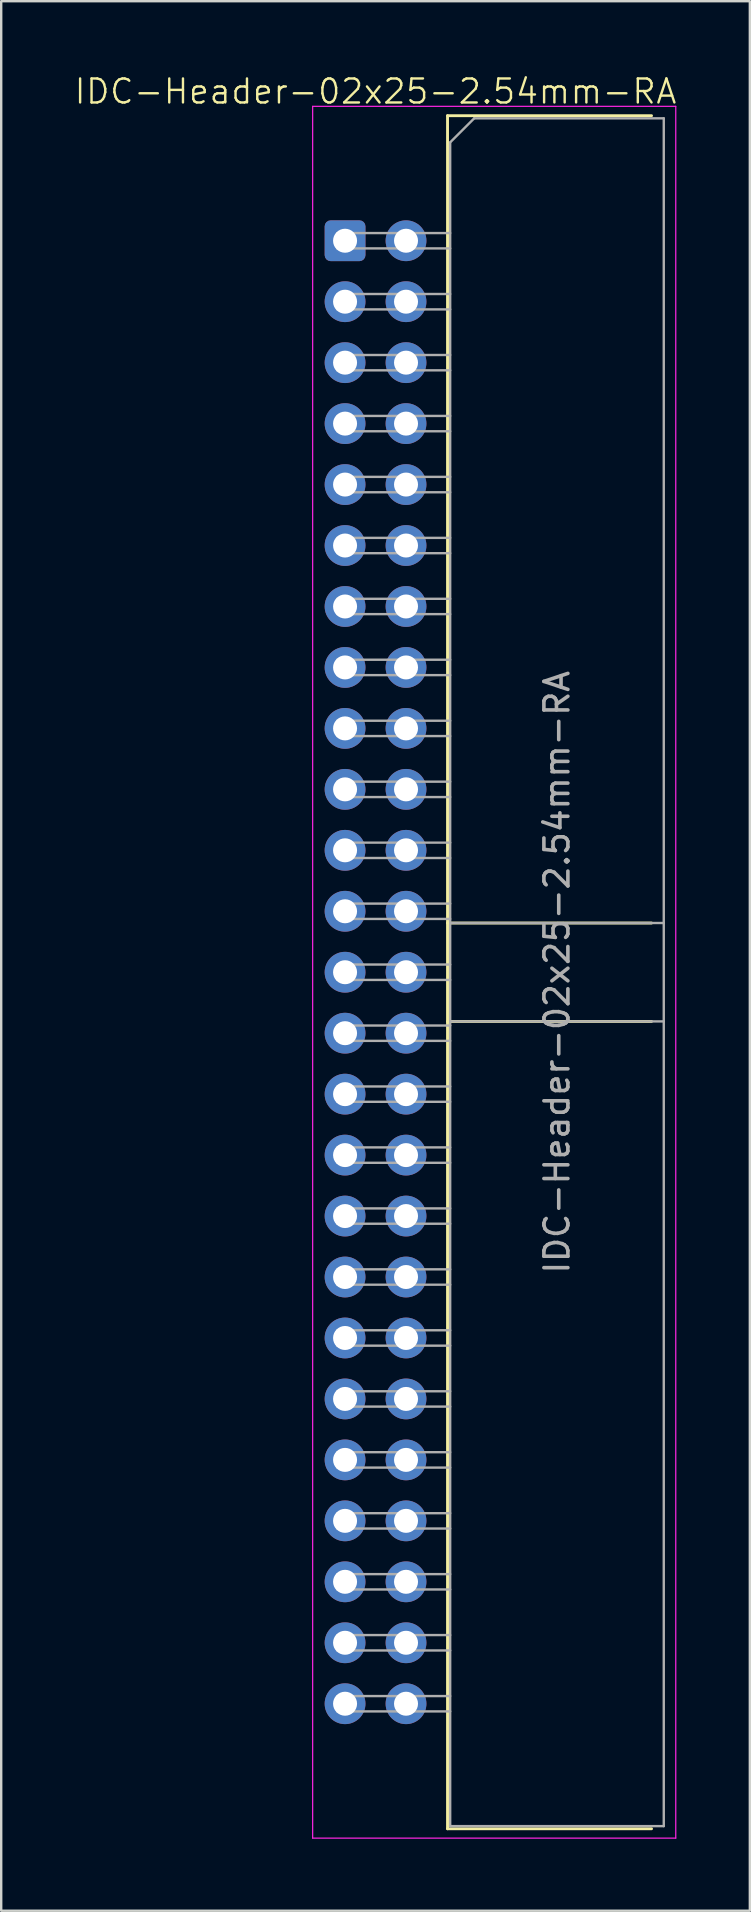
<source format=kicad_pcb>
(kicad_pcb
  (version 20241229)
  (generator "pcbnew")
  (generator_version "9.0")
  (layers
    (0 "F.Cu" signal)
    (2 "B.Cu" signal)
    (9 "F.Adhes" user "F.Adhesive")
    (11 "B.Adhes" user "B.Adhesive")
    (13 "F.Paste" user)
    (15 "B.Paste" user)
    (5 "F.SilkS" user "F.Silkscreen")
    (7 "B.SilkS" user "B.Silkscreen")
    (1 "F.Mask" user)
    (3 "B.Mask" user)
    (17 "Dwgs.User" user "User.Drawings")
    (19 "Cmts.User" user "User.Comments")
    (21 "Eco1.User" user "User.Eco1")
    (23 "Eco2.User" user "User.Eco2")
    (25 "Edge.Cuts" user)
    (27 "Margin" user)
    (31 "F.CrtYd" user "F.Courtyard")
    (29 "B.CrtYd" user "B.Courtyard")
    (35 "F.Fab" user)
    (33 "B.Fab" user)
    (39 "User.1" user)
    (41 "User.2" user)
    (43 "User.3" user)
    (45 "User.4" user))
  (footprint "IDC-Header-02x25-2.54mm-RA"
    (layer "F.Cu")
    (at 12.598 37.461)
    (property "Reference" "IDC-Header-02x25-2.54mm-RA" (at 0 -36.7 0) (unlocked yes) (layer "F.SilkS") (effects (font (size 1 1) (thickness 0.1))))
    (attr through_hole)
    (fp_line (start 3 -35.69) (end 11.5 -35.69) (stroke (width 0.12) (type solid)) (layer "F.SilkS"))
    (fp_line (start 3 -2.05) (end 11.5 -2.05) (stroke (width 0.12) (type solid)) (layer "F.SilkS"))
    (fp_line (start 3 2.05) (end 11.5 2.05) (stroke (width 0.12) (type solid)) (layer "F.SilkS"))
    (fp_line (start 3 35.69) (end 3 -35.69) (stroke (width 0.12) (type solid)) (layer "F.SilkS"))
    (fp_line (start 11.5 35.69) (end 3 35.69) (stroke (width 0.12) (type solid)) (layer "F.SilkS"))
    (fp_line (start -2.62 -36.08) (end -2.62 36.08) (stroke (width 0.05) (type solid)) (layer "F.CrtYd"))
    (fp_line (start -2.62 36.08) (end 12.51 36.08) (stroke (width 0.05) (type solid)) (layer "F.CrtYd"))
    (fp_line (start 12.51 -36.08) (end -2.62 -36.08) (stroke (width 0.05) (type solid)) (layer "F.CrtYd"))
    (fp_line (start 12.51 36.08) (end 12.51 -36.08) (stroke (width 0.05) (type solid)) (layer "F.CrtYd"))
    (fp_line (start -1.59 -30.8) (end -1.59 -30.16) (stroke (width 0.1) (type solid)) (layer "F.Fab"))
    (fp_line (start -1.59 -30.16) (end 3.11 -30.16) (stroke (width 0.1) (type solid)) (layer "F.Fab"))
    (fp_line (start -1.59 -28.26) (end -1.59 -27.62) (stroke (width 0.1) (type solid)) (layer "F.Fab"))
    (fp_line (start -1.59 -27.62) (end 3.11 -27.62) (stroke (width 0.1) (type solid)) (layer "F.Fab"))
    (fp_line (start -1.59 -25.72) (end -1.59 -25.08) (stroke (width 0.1) (type solid)) (layer "F.Fab"))
    (fp_line (start -1.59 -25.08) (end 3.11 -25.08) (stroke (width 0.1) (type solid)) (layer "F.Fab"))
    (fp_line (start -1.59 -23.18) (end -1.59 -22.54) (stroke (width 0.1) (type solid)) (layer "F.Fab"))
    (fp_line (start -1.59 -22.54) (end 3.11 -22.54) (stroke (width 0.1) (type solid)) (layer "F.Fab"))
    (fp_line (start -1.59 -20.64) (end -1.59 -20) (stroke (width 0.1) (type solid)) (layer "F.Fab"))
    (fp_line (start -1.59 -20) (end 3.11 -20) (stroke (width 0.1) (type solid)) (layer "F.Fab"))
    (fp_line (start -1.59 -18.1) (end -1.59 -17.46) (stroke (width 0.1) (type solid)) (layer "F.Fab"))
    (fp_line (start -1.59 -17.46) (end 3.11 -17.46) (stroke (width 0.1) (type solid)) (layer "F.Fab"))
    (fp_line (start -1.59 -15.56) (end -1.59 -14.92) (stroke (width 0.1) (type solid)) (layer "F.Fab"))
    (fp_line (start -1.59 -14.92) (end 3.11 -14.92) (stroke (width 0.1) (type solid)) (layer "F.Fab"))
    (fp_line (start -1.59 -13.02) (end -1.59 -12.38) (stroke (width 0.1) (type solid)) (layer "F.Fab"))
    (fp_line (start -1.59 -12.38) (end 3.11 -12.38) (stroke (width 0.1) (type solid)) (layer "F.Fab"))
    (fp_line (start -1.59 -10.48) (end -1.59 -9.84) (stroke (width 0.1) (type solid)) (layer "F.Fab"))
    (fp_line (start -1.59 -9.84) (end 3.11 -9.84) (stroke (width 0.1) (type solid)) (layer "F.Fab"))
    (fp_line (start -1.59 -7.94) (end -1.59 -7.3) (stroke (width 0.1) (type solid)) (layer "F.Fab"))
    (fp_line (start -1.59 -7.3) (end 3.11 -7.3) (stroke (width 0.1) (type solid)) (layer "F.Fab"))
    (fp_line (start -1.59 -5.4) (end -1.59 -4.76) (stroke (width 0.1) (type solid)) (layer "F.Fab"))
    (fp_line (start -1.59 -4.76) (end 3.11 -4.76) (stroke (width 0.1) (type solid)) (layer "F.Fab"))
    (fp_line (start -1.59 -2.86) (end -1.59 -2.22) (stroke (width 0.1) (type solid)) (layer "F.Fab"))
    (fp_line (start -1.59 -2.22) (end 3.11 -2.22) (stroke (width 0.1) (type solid)) (layer "F.Fab"))
    (fp_line (start -1.59 -0.32) (end -1.59 0.32) (stroke (width 0.1) (type solid)) (layer "F.Fab"))
    (fp_line (start -1.59 0.32) (end 3.11 0.32) (stroke (width 0.1) (type solid)) (layer "F.Fab"))
    (fp_line (start -1.59 2.22) (end -1.59 2.86) (stroke (width 0.1) (type solid)) (layer "F.Fab"))
    (fp_line (start -1.59 2.86) (end 3.11 2.86) (stroke (width 0.1) (type solid)) (layer "F.Fab"))
    (fp_line (start -1.59 4.76) (end -1.59 5.4) (stroke (width 0.1) (type solid)) (layer "F.Fab"))
    (fp_line (start -1.59 5.4) (end 3.11 5.4) (stroke (width 0.1) (type solid)) (layer "F.Fab"))
    (fp_line (start -1.59 7.3) (end -1.59 7.94) (stroke (width 0.1) (type solid)) (layer "F.Fab"))
    (fp_line (start -1.59 7.94) (end 3.11 7.94) (stroke (width 0.1) (type solid)) (layer "F.Fab"))
    (fp_line (start -1.59 9.84) (end -1.59 10.48) (stroke (width 0.1) (type solid)) (layer "F.Fab"))
    (fp_line (start -1.59 10.48) (end 3.11 10.48) (stroke (width 0.1) (type solid)) (layer "F.Fab"))
    (fp_line (start -1.59 12.38) (end -1.59 13.02) (stroke (width 0.1) (type solid)) (layer "F.Fab"))
    (fp_line (start -1.59 13.02) (end 3.11 13.02) (stroke (width 0.1) (type solid)) (layer "F.Fab"))
    (fp_line (start -1.59 14.92) (end -1.59 15.56) (stroke (width 0.1) (type solid)) (layer "F.Fab"))
    (fp_line (start -1.59 15.56) (end 3.11 15.56) (stroke (width 0.1) (type solid)) (layer "F.Fab"))
    (fp_line (start -1.59 17.46) (end -1.59 18.1) (stroke (width 0.1) (type solid)) (layer "F.Fab"))
    (fp_line (start -1.59 18.1) (end 3.11 18.1) (stroke (width 0.1) (type solid)) (layer "F.Fab"))
    (fp_line (start -1.59 20) (end -1.59 20.64) (stroke (width 0.1) (type solid)) (layer "F.Fab"))
    (fp_line (start -1.59 20.64) (end 3.11 20.64) (stroke (width 0.1) (type solid)) (layer "F.Fab"))
    (fp_line (start -1.59 22.54) (end -1.59 23.18) (stroke (width 0.1) (type solid)) (layer "F.Fab"))
    (fp_line (start -1.59 23.18) (end 3.11 23.18) (stroke (width 0.1) (type solid)) (layer "F.Fab"))
    (fp_line (start -1.59 25.08) (end -1.59 25.72) (stroke (width 0.1) (type solid)) (layer "F.Fab"))
    (fp_line (start -1.59 25.72) (end 3.11 25.72) (stroke (width 0.1) (type solid)) (layer "F.Fab"))
    (fp_line (start -1.59 27.62) (end -1.59 28.26) (stroke (width 0.1) (type solid)) (layer "F.Fab"))
    (fp_line (start -1.59 28.26) (end 3.11 28.26) (stroke (width 0.1) (type solid)) (layer "F.Fab"))
    (fp_line (start -1.59 30.16) (end -1.59 30.8) (stroke (width 0.1) (type solid)) (layer "F.Fab"))
    (fp_line (start -1.59 30.8) (end 3.11 30.8) (stroke (width 0.1) (type solid)) (layer "F.Fab"))
    (fp_line (start 3.11 -34.58) (end 4.11 -35.58) (stroke (width 0.1) (type solid)) (layer "F.Fab"))
    (fp_line (start 3.11 -30.8) (end -1.59 -30.8) (stroke (width 0.1) (type solid)) (layer "F.Fab"))
    (fp_line (start 3.11 -28.26) (end -1.59 -28.26) (stroke (width 0.1) (type solid)) (layer "F.Fab"))
    (fp_line (start 3.11 -25.72) (end -1.59 -25.72) (stroke (width 0.1) (type solid)) (layer "F.Fab"))
    (fp_line (start 3.11 -23.18) (end -1.59 -23.18) (stroke (width 0.1) (type solid)) (layer "F.Fab"))
    (fp_line (start 3.11 -20.64) (end -1.59 -20.64) (stroke (width 0.1) (type solid)) (layer "F.Fab"))
    (fp_line (start 3.11 -18.1) (end -1.59 -18.1) (stroke (width 0.1) (type solid)) (layer "F.Fab"))
    (fp_line (start 3.11 -15.56) (end -1.59 -15.56) (stroke (width 0.1) (type solid)) (layer "F.Fab"))
    (fp_line (start 3.11 -13.02) (end -1.59 -13.02) (stroke (width 0.1) (type solid)) (layer "F.Fab"))
    (fp_line (start 3.11 -10.48) (end -1.59 -10.48) (stroke (width 0.1) (type solid)) (layer "F.Fab"))
    (fp_line (start 3.11 -7.94) (end -1.59 -7.94) (stroke (width 0.1) (type solid)) (layer "F.Fab"))
    (fp_line (start 3.11 -5.4) (end -1.59 -5.4) (stroke (width 0.1) (type solid)) (layer "F.Fab"))
    (fp_line (start 3.11 -2.86) (end -1.59 -2.86) (stroke (width 0.1) (type solid)) (layer "F.Fab"))
    (fp_line (start 3.11 -2.05) (end 12.01 -2.05) (stroke (width 0.1) (type solid)) (layer "F.Fab"))
    (fp_line (start 3.11 -0.32) (end -1.59 -0.32) (stroke (width 0.1) (type solid)) (layer "F.Fab"))
    (fp_line (start 3.11 2.05) (end 12.01 2.05) (stroke (width 0.1) (type solid)) (layer "F.Fab"))
    (fp_line (start 3.11 2.22) (end -1.59 2.22) (stroke (width 0.1) (type solid)) (layer "F.Fab"))
    (fp_line (start 3.11 4.76) (end -1.59 4.76) (stroke (width 0.1) (type solid)) (layer "F.Fab"))
    (fp_line (start 3.11 7.3) (end -1.59 7.3) (stroke (width 0.1) (type solid)) (layer "F.Fab"))
    (fp_line (start 3.11 9.84) (end -1.59 9.84) (stroke (width 0.1) (type solid)) (layer "F.Fab"))
    (fp_line (start 3.11 12.38) (end -1.59 12.38) (stroke (width 0.1) (type solid)) (layer "F.Fab"))
    (fp_line (start 3.11 14.92) (end -1.59 14.92) (stroke (width 0.1) (type solid)) (layer "F.Fab"))
    (fp_line (start 3.11 17.46) (end -1.59 17.46) (stroke (width 0.1) (type solid)) (layer "F.Fab"))
    (fp_line (start 3.11 20) (end -1.59 20) (stroke (width 0.1) (type solid)) (layer "F.Fab"))
    (fp_line (start 3.11 22.54) (end -1.59 22.54) (stroke (width 0.1) (type solid)) (layer "F.Fab"))
    (fp_line (start 3.11 25.08) (end -1.59 25.08) (stroke (width 0.1) (type solid)) (layer "F.Fab"))
    (fp_line (start 3.11 27.62) (end -1.59 27.62) (stroke (width 0.1) (type solid)) (layer "F.Fab"))
    (fp_line (start 3.11 30.16) (end -1.59 30.16) (stroke (width 0.1) (type solid)) (layer "F.Fab"))
    (fp_line (start 3.11 35.58) (end 3.11 -34.58) (stroke (width 0.1) (type solid)) (layer "F.Fab"))
    (fp_line (start 4.11 -35.58) (end 12.01 -35.58) (stroke (width 0.1) (type solid)) (layer "F.Fab"))
    (fp_line (start 12.01 -35.58) (end 12.01 35.58) (stroke (width 0.1) (type solid)) (layer "F.Fab"))
    (fp_line (start 12.01 35.58) (end 3.11 35.58) (stroke (width 0.1) (type solid)) (layer "F.Fab"))
    (fp_text user "${REFERENCE}" (at 7.56 0 90) (layer "F.Fab") (effects (font (size 1 1) (thickness 0.15))))
    (pad "1" thru_hole roundrect (at -1.27 -30.48) (size 1.7 1.7) (drill 1) (layers "*.Cu" "*.Mask") (roundrect_rratio 0.147))
    (pad "2" thru_hole circle (at 1.27 -30.48) (size 1.7 1.7) (drill 1) (layers "*.Cu" "*.Mask"))
    (pad "3" thru_hole circle (at -1.27 -27.94) (size 1.7 1.7) (drill 1) (layers "*.Cu" "*.Mask"))
    (pad "4" thru_hole circle (at 1.27 -27.94) (size 1.7 1.7) (drill 1) (layers "*.Cu" "*.Mask"))
    (pad "5" thru_hole circle (at -1.27 -25.4) (size 1.7 1.7) (drill 1) (layers "*.Cu" "*.Mask"))
    (pad "6" thru_hole circle (at 1.27 -25.4) (size 1.7 1.7) (drill 1) (layers "*.Cu" "*.Mask"))
    (pad "7" thru_hole circle (at -1.27 -22.86) (size 1.7 1.7) (drill 1) (layers "*.Cu" "*.Mask"))
    (pad "8" thru_hole circle (at 1.27 -22.86) (size 1.7 1.7) (drill 1) (layers "*.Cu" "*.Mask"))
    (pad "9" thru_hole circle (at -1.27 -20.32) (size 1.7 1.7) (drill 1) (layers "*.Cu" "*.Mask"))
    (pad "10" thru_hole circle (at 1.27 -20.32) (size 1.7 1.7) (drill 1) (layers "*.Cu" "*.Mask"))
    (pad "11" thru_hole circle (at -1.27 -17.78) (size 1.7 1.7) (drill 1) (layers "*.Cu" "*.Mask"))
    (pad "12" thru_hole circle (at 1.27 -17.78) (size 1.7 1.7) (drill 1) (layers "*.Cu" "*.Mask"))
    (pad "13" thru_hole circle (at -1.27 -15.24) (size 1.7 1.7) (drill 1) (layers "*.Cu" "*.Mask"))
    (pad "14" thru_hole circle (at 1.27 -15.24) (size 1.7 1.7) (drill 1) (layers "*.Cu" "*.Mask"))
    (pad "15" thru_hole circle (at -1.27 -12.7) (size 1.7 1.7) (drill 1) (layers "*.Cu" "*.Mask"))
    (pad "16" thru_hole circle (at 1.27 -12.7) (size 1.7 1.7) (drill 1) (layers "*.Cu" "*.Mask"))
    (pad "17" thru_hole circle (at -1.27 -10.16) (size 1.7 1.7) (drill 1) (layers "*.Cu" "*.Mask"))
    (pad "18" thru_hole circle (at 1.27 -10.16) (size 1.7 1.7) (drill 1) (layers "*.Cu" "*.Mask"))
    (pad "19" thru_hole circle (at -1.27 -7.62) (size 1.7 1.7) (drill 1) (layers "*.Cu" "*.Mask"))
    (pad "20" thru_hole circle (at 1.27 -7.62) (size 1.7 1.7) (drill 1) (layers "*.Cu" "*.Mask"))
    (pad "21" thru_hole circle (at -1.27 -5.08) (size 1.7 1.7) (drill 1) (layers "*.Cu" "*.Mask"))
    (pad "22" thru_hole circle (at 1.27 -5.08) (size 1.7 1.7) (drill 1) (layers "*.Cu" "*.Mask"))
    (pad "23" thru_hole circle (at -1.27 -2.54) (size 1.7 1.7) (drill 1) (layers "*.Cu" "*.Mask"))
    (pad "24" thru_hole circle (at 1.27 -2.54) (size 1.7 1.7) (drill 1) (layers "*.Cu" "*.Mask"))
    (pad "25" thru_hole circle (at -1.27 0) (size 1.7 1.7) (drill 1) (layers "*.Cu" "*.Mask"))
    (pad "26" thru_hole circle (at 1.27 0) (size 1.7 1.7) (drill 1) (layers "*.Cu" "*.Mask"))
    (pad "27" thru_hole circle (at -1.27 2.54) (size 1.7 1.7) (drill 1) (layers "*.Cu" "*.Mask"))
    (pad "28" thru_hole circle (at 1.27 2.54) (size 1.7 1.7) (drill 1) (layers "*.Cu" "*.Mask"))
    (pad "29" thru_hole circle (at -1.27 5.08) (size 1.7 1.7) (drill 1) (layers "*.Cu" "*.Mask"))
    (pad "30" thru_hole circle (at 1.27 5.08) (size 1.7 1.7) (drill 1) (layers "*.Cu" "*.Mask"))
    (pad "31" thru_hole circle (at -1.27 7.62) (size 1.7 1.7) (drill 1) (layers "*.Cu" "*.Mask"))
    (pad "32" thru_hole circle (at 1.27 7.62) (size 1.7 1.7) (drill 1) (layers "*.Cu" "*.Mask"))
    (pad "33" thru_hole circle (at -1.27 10.16) (size 1.7 1.7) (drill 1) (layers "*.Cu" "*.Mask"))
    (pad "34" thru_hole circle (at 1.27 10.16) (size 1.7 1.7) (drill 1) (layers "*.Cu" "*.Mask"))
    (pad "35" thru_hole circle (at -1.27 12.7) (size 1.7 1.7) (drill 1) (layers "*.Cu" "*.Mask"))
    (pad "36" thru_hole circle (at 1.27 12.7) (size 1.7 1.7) (drill 1) (layers "*.Cu" "*.Mask"))
    (pad "37" thru_hole circle (at -1.27 15.24) (size 1.7 1.7) (drill 1) (layers "*.Cu" "*.Mask"))
    (pad "38" thru_hole circle (at 1.27 15.24) (size 1.7 1.7) (drill 1) (layers "*.Cu" "*.Mask"))
    (pad "39" thru_hole circle (at -1.27 17.78) (size 1.7 1.7) (drill 1) (layers "*.Cu" "*.Mask"))
    (pad "40" thru_hole circle (at 1.27 17.78) (size 1.7 1.7) (drill 1) (layers "*.Cu" "*.Mask"))
    (pad "41" thru_hole circle (at -1.27 20.32) (size 1.7 1.7) (drill 1) (layers "*.Cu" "*.Mask"))
    (pad "42" thru_hole circle (at 1.27 20.32) (size 1.7 1.7) (drill 1) (layers "*.Cu" "*.Mask"))
    (pad "43" thru_hole circle (at -1.27 22.86) (size 1.7 1.7) (drill 1) (layers "*.Cu" "*.Mask"))
    (pad "44" thru_hole circle (at 1.27 22.86) (size 1.7 1.7) (drill 1) (layers "*.Cu" "*.Mask"))
    (pad "45" thru_hole circle (at -1.27 25.4) (size 1.7 1.7) (drill 1) (layers "*.Cu" "*.Mask"))
    (pad "46" thru_hole circle (at 1.27 25.4) (size 1.7 1.7) (drill 1) (layers "*.Cu" "*.Mask"))
    (pad "47" thru_hole circle (at -1.27 27.94) (size 1.7 1.7) (drill 1) (layers "*.Cu" "*.Mask"))
    (pad "48" thru_hole circle (at 1.27 27.94) (size 1.7 1.7) (drill 1) (layers "*.Cu" "*.Mask"))
    (pad "49" thru_hole circle (at -1.27 30.48) (size 1.7 1.7) (drill 1) (layers "*.Cu" "*.Mask"))
    (pad "50" thru_hole circle (at 1.27 30.48) (size 1.7 1.7) (drill 1) (layers "*.Cu" "*.Mask")))
  (gr_rect
    (start -3 -3)
    (end 28.195 76.566)
    (stroke (width 0.1) (type default))
    (fill no)
    (layer "Edge.Cuts")))
</source>
